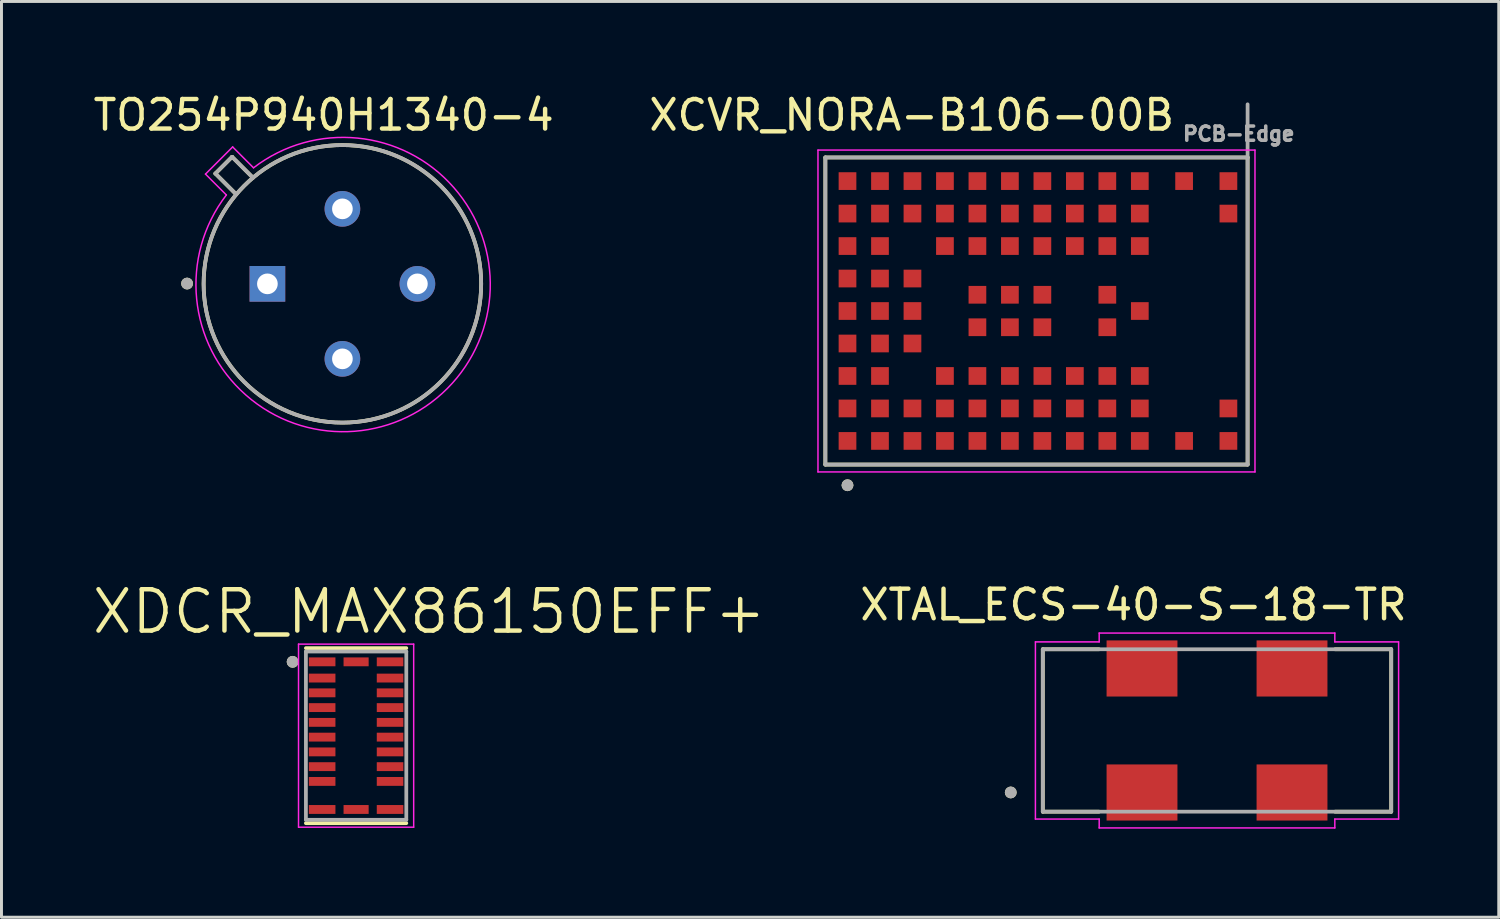
<source format=kicad_pcb>
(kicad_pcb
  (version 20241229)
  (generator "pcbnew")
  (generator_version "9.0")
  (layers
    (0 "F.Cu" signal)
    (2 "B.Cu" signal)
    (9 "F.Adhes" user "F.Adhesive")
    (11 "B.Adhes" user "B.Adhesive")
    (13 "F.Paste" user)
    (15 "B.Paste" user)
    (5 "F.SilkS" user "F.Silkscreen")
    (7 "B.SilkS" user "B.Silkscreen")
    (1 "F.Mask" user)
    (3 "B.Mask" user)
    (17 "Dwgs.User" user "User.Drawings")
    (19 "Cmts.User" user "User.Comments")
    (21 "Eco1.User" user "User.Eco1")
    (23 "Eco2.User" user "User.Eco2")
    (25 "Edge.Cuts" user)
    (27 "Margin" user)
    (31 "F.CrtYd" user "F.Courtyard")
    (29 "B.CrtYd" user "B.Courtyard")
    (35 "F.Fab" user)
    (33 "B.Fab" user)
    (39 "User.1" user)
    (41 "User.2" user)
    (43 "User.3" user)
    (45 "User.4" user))
  (footprint "XCVR_NORA-B106-00B"
    (layer "F.Cu")
    (at 31.152 7.483)
    (property "Reference" "XCVR_NORA-B106-00B" (at -3.325 -6.635 0) (layer "F.SilkS") (effects (font (size 1 1) (thickness 0.15))))
    (attr through_hole)
    (fp_line (start -6.25 -5.2) (end 8.05 -5.2) (stroke (width 0.127) (type solid)) (layer "F.SilkS"))
    (fp_line (start -6.25 5.2) (end -6.25 -5.2) (stroke (width 0.127) (type solid)) (layer "F.SilkS"))
    (fp_line (start 8.05 -5.2) (end 8.05 5.2) (stroke (width 0.127) (type solid)) (layer "F.SilkS"))
    (fp_line (start 8.05 5.2) (end -6.25 5.2) (stroke (width 0.127) (type solid)) (layer "F.SilkS"))
    (fp_circle (center -5.5 5.9) (end -5.4 5.9) (stroke (width 0.2) (type solid)) (fill no) (layer "F.SilkS"))
    (fp_line (start -6.5 -5.45) (end -6.5 5.45) (stroke (width 0.05) (type solid)) (layer "F.CrtYd"))
    (fp_line (start -6.5 5.45) (end 8.3 5.45) (stroke (width 0.05) (type solid)) (layer "F.CrtYd"))
    (fp_line (start 8.3 -5.45) (end -6.5 -5.45) (stroke (width 0.05) (type solid)) (layer "F.CrtYd"))
    (fp_line (start 8.3 5.45) (end 8.3 -5.45) (stroke (width 0.05) (type solid)) (layer "F.CrtYd"))
    (fp_line (start -6.25 -5.2) (end 8.05 -5.2) (stroke (width 0.127) (type solid)) (layer "F.Fab"))
    (fp_line (start -6.25 5.2) (end -6.25 -5.2) (stroke (width 0.127) (type solid)) (layer "F.Fab"))
    (fp_line (start 8.05 -7) (end 8.05 -5.2) (stroke (width 0.127) (type solid)) (layer "F.Fab"))
    (fp_line (start 8.05 -5.2) (end 8.05 5.2) (stroke (width 0.127) (type solid)) (layer "F.Fab"))
    (fp_line (start 8.05 5.2) (end -6.25 5.2) (stroke (width 0.127) (type solid)) (layer "F.Fab"))
    (fp_circle (center -5.5 5.9) (end -5.4 5.9) (stroke (width 0.2) (type solid)) (fill no) (layer "F.Fab"))
    (fp_text user "PCB-Edge" (at 7.75 -6 0) (layer "F.Fab") (effects (font (size 0.48 0.48) (thickness 0.15))))
    (pad "A1" smd rect (at -5.5 4.4) (size 0.6 0.6) (layers "F.Cu" "F.Mask" "F.Paste"))
    (pad "A2" smd rect (at -5.5 3.3) (size 0.6 0.6) (layers "F.Cu" "F.Mask" "F.Paste"))
    (pad "A3" smd rect (at -5.5 2.2) (size 0.6 0.6) (layers "F.Cu" "F.Mask" "F.Paste"))
    (pad "A4" smd rect (at -5.5 1.1) (size 0.6 0.6) (layers "F.Cu" "F.Mask" "F.Paste"))
    (pad "A5" smd rect (at -5.5 0) (size 0.6 0.6) (layers "F.Cu" "F.Mask" "F.Paste"))
    (pad "A6" smd rect (at -5.5 -1.1) (size 0.6 0.6) (layers "F.Cu" "F.Mask" "F.Paste"))
    (pad "A7" smd rect (at -5.5 -2.2) (size 0.6 0.6) (layers "F.Cu" "F.Mask" "F.Paste"))
    (pad "A8" smd rect (at -5.5 -3.3) (size 0.6 0.6) (layers "F.Cu" "F.Mask" "F.Paste"))
    (pad "A9" smd rect (at -5.5 -4.4) (size 0.6 0.6) (layers "F.Cu" "F.Mask" "F.Paste"))
    (pad "B1" smd rect (at -4.4 4.4) (size 0.6 0.6) (layers "F.Cu" "F.Mask" "F.Paste"))
    (pad "B2" smd rect (at -4.4 3.3) (size 0.6 0.6) (layers "F.Cu" "F.Mask" "F.Paste"))
    (pad "B3" smd rect (at -4.4 2.2) (size 0.6 0.6) (layers "F.Cu" "F.Mask" "F.Paste"))
    (pad "B4" smd rect (at -4.4 1.1) (size 0.6 0.6) (layers "F.Cu" "F.Mask" "F.Paste"))
    (pad "B5" smd rect (at -4.4 0) (size 0.6 0.6) (layers "F.Cu" "F.Mask" "F.Paste"))
    (pad "B6" smd rect (at -4.4 -1.1) (size 0.6 0.6) (layers "F.Cu" "F.Mask" "F.Paste"))
    (pad "B7" smd rect (at -4.4 -2.2) (size 0.6 0.6) (layers "F.Cu" "F.Mask" "F.Paste"))
    (pad "B8" smd rect (at -4.4 -3.3) (size 0.6 0.6) (layers "F.Cu" "F.Mask" "F.Paste"))
    (pad "B9" smd rect (at -4.4 -4.4) (size 0.6 0.6) (layers "F.Cu" "F.Mask" "F.Paste"))
    (pad "C1" smd rect (at -3.3 4.4) (size 0.6 0.6) (layers "F.Cu" "F.Mask" "F.Paste"))
    (pad "C2" smd rect (at -3.3 3.3) (size 0.6 0.6) (layers "F.Cu" "F.Mask" "F.Paste"))
    (pad "C4" smd rect (at -3.3 1.1) (size 0.6 0.6) (layers "F.Cu" "F.Mask" "F.Paste"))
    (pad "C5" smd rect (at -3.3 0) (size 0.6 0.6) (layers "F.Cu" "F.Mask" "F.Paste"))
    (pad "C6" smd rect (at -3.3 -1.1) (size 0.6 0.6) (layers "F.Cu" "F.Mask" "F.Paste"))
    (pad "C8" smd rect (at -3.3 -3.3) (size 0.6 0.6) (layers "F.Cu" "F.Mask" "F.Paste"))
    (pad "C9" smd rect (at -3.3 -4.4) (size 0.6 0.6) (layers "F.Cu" "F.Mask" "F.Paste"))
    (pad "D1" smd rect (at -2.2 4.4) (size 0.6 0.6) (layers "F.Cu" "F.Mask" "F.Paste"))
    (pad "D2" smd rect (at -2.2 3.3) (size 0.6 0.6) (layers "F.Cu" "F.Mask" "F.Paste"))
    (pad "D3" smd rect (at -2.2 2.2) (size 0.6 0.6) (layers "F.Cu" "F.Mask" "F.Paste"))
    (pad "D7" smd rect (at -2.2 -2.2) (size 0.6 0.6) (layers "F.Cu" "F.Mask" "F.Paste"))
    (pad "D8" smd rect (at -2.2 -3.3) (size 0.6 0.6) (layers "F.Cu" "F.Mask" "F.Paste"))
    (pad "D9" smd rect (at -2.2 -4.4) (size 0.6 0.6) (layers "F.Cu" "F.Mask" "F.Paste"))
    (pad "E1" smd rect (at -1.1 4.4) (size 0.6 0.6) (layers "F.Cu" "F.Mask" "F.Paste"))
    (pad "E2" smd rect (at -1.1 3.3) (size 0.6 0.6) (layers "F.Cu" "F.Mask" "F.Paste"))
    (pad "E3" smd rect (at -1.1 2.2) (size 0.6 0.6) (layers "F.Cu" "F.Mask" "F.Paste"))
    (pad "E4" smd rect (at -1.1 0.55) (size 0.6 0.6) (layers "F.Cu" "F.Mask" "F.Paste"))
    (pad "E5" smd rect (at -1.1 -0.55) (size 0.6 0.6) (layers "F.Cu" "F.Mask" "F.Paste"))
    (pad "E7" smd rect (at -1.1 -2.2) (size 0.6 0.6) (layers "F.Cu" "F.Mask" "F.Paste"))
    (pad "E8" smd rect (at -1.1 -3.3) (size 0.6 0.6) (layers "F.Cu" "F.Mask" "F.Paste"))
    (pad "E9" smd rect (at -1.1 -4.4) (size 0.6 0.6) (layers "F.Cu" "F.Mask" "F.Paste"))
    (pad "F1" smd rect (at 0 4.4) (size 0.6 0.6) (layers "F.Cu" "F.Mask" "F.Paste"))
    (pad "F2" smd rect (at 0 3.3) (size 0.6 0.6) (layers "F.Cu" "F.Mask" "F.Paste"))
    (pad "F3" smd rect (at 0 2.2) (size 0.6 0.6) (layers "F.Cu" "F.Mask" "F.Paste"))
    (pad "F4" smd rect (at 0 0.55) (size 0.6 0.6) (layers "F.Cu" "F.Mask" "F.Paste"))
    (pad "F5" smd rect (at 0 -0.55) (size 0.6 0.6) (layers "F.Cu" "F.Mask" "F.Paste"))
    (pad "F7" smd rect (at 0 -2.2) (size 0.6 0.6) (layers "F.Cu" "F.Mask" "F.Paste"))
    (pad "F8" smd rect (at 0 -3.3) (size 0.6 0.6) (layers "F.Cu" "F.Mask" "F.Paste"))
    (pad "F9" smd rect (at 0 -4.4) (size 0.6 0.6) (layers "F.Cu" "F.Mask" "F.Paste"))
    (pad "G1" smd rect (at 1.1 4.4) (size 0.6 0.6) (layers "F.Cu" "F.Mask" "F.Paste"))
    (pad "G2" smd rect (at 1.1 3.3) (size 0.6 0.6) (layers "F.Cu" "F.Mask" "F.Paste"))
    (pad "G3" smd rect (at 1.1 2.2) (size 0.6 0.6) (layers "F.Cu" "F.Mask" "F.Paste"))
    (pad "G4" smd rect (at 1.1 0.55) (size 0.6 0.6) (layers "F.Cu" "F.Mask" "F.Paste"))
    (pad "G5" smd rect (at 1.1 -0.55) (size 0.6 0.6) (layers "F.Cu" "F.Mask" "F.Paste"))
    (pad "G7" smd rect (at 1.1 -2.2) (size 0.6 0.6) (layers "F.Cu" "F.Mask" "F.Paste"))
    (pad "G8" smd rect (at 1.1 -3.3) (size 0.6 0.6) (layers "F.Cu" "F.Mask" "F.Paste"))
    (pad "G9" smd rect (at 1.1 -4.4) (size 0.6 0.6) (layers "F.Cu" "F.Mask" "F.Paste"))
    (pad "H1" smd rect (at 2.2 4.4) (size 0.6 0.6) (layers "F.Cu" "F.Mask" "F.Paste"))
    (pad "H2" smd rect (at 2.2 3.3) (size 0.6 0.6) (layers "F.Cu" "F.Mask" "F.Paste"))
    (pad "H3" smd rect (at 2.2 2.2) (size 0.6 0.6) (layers "F.Cu" "F.Mask" "F.Paste"))
    (pad "H7" smd rect (at 2.2 -2.2) (size 0.6 0.6) (layers "F.Cu" "F.Mask" "F.Paste"))
    (pad "H8" smd rect (at 2.2 -3.3) (size 0.6 0.6) (layers "F.Cu" "F.Mask" "F.Paste"))
    (pad "H9" smd rect (at 2.2 -4.4) (size 0.6 0.6) (layers "F.Cu" "F.Mask" "F.Paste"))
    (pad "J1" smd rect (at 3.3 4.4) (size 0.6 0.6) (layers "F.Cu" "F.Mask" "F.Paste"))
    (pad "J2" smd rect (at 3.3 3.3) (size 0.6 0.6) (layers "F.Cu" "F.Mask" "F.Paste"))
    (pad "J3" smd rect (at 3.3 2.2) (size 0.6 0.6) (layers "F.Cu" "F.Mask" "F.Paste"))
    (pad "J4" smd rect (at 3.3 0.55) (size 0.6 0.6) (layers "F.Cu" "F.Mask" "F.Paste"))
    (pad "J5" smd rect (at 3.3 -0.55) (size 0.6 0.6) (layers "F.Cu" "F.Mask" "F.Paste"))
    (pad "J7" smd rect (at 3.3 -2.2) (size 0.6 0.6) (layers "F.Cu" "F.Mask" "F.Paste"))
    (pad "J8" smd rect (at 3.3 -3.3) (size 0.6 0.6) (layers "F.Cu" "F.Mask" "F.Paste"))
    (pad "J9" smd rect (at 3.3 -4.4) (size 0.6 0.6) (layers "F.Cu" "F.Mask" "F.Paste"))
    (pad "K1" smd rect (at 4.4 4.4) (size 0.6 0.6) (layers "F.Cu" "F.Mask" "F.Paste"))
    (pad "K2" smd rect (at 4.4 3.3) (size 0.6 0.6) (layers "F.Cu" "F.Mask" "F.Paste"))
    (pad "K3" smd rect (at 4.4 2.2) (size 0.6 0.6) (layers "F.Cu" "F.Mask" "F.Paste"))
    (pad "K5" smd rect (at 4.4 0) (size 0.6 0.6) (layers "F.Cu" "F.Mask" "F.Paste"))
    (pad "K7" smd rect (at 4.4 -2.2) (size 0.6 0.6) (layers "F.Cu" "F.Mask" "F.Paste"))
    (pad "K8" smd rect (at 4.4 -3.3) (size 0.6 0.6) (layers "F.Cu" "F.Mask" "F.Paste"))
    (pad "K9" smd rect (at 4.4 -4.4) (size 0.6 0.6) (layers "F.Cu" "F.Mask" "F.Paste"))
    (pad "L1" smd rect (at 5.9 4.4) (size 0.6 0.6) (layers "F.Cu" "F.Mask" "F.Paste"))
    (pad "L9" smd rect (at 5.9 -4.4) (size 0.6 0.6) (layers "F.Cu" "F.Mask" "F.Paste"))
    (pad "M1" smd rect (at 7.4 4.4) (size 0.6 0.6) (layers "F.Cu" "F.Mask" "F.Paste"))
    (pad "M2" smd rect (at 7.4 3.3) (size 0.6 0.6) (layers "F.Cu" "F.Mask" "F.Paste"))
    (pad "M8" smd rect (at 7.4 -3.3) (size 0.6 0.6) (layers "F.Cu" "F.Mask" "F.Paste"))
    (pad "M9" smd rect (at 7.4 -4.4) (size 0.6 0.6) (layers "F.Cu" "F.Mask" "F.Paste"))
    (zone (net_name "") (layer "F.Cu") (hatch full 0.508) (connect_pads) (min_thickness 0.01) (filled_areas_thickness no) (keepout (tracks not_allowed) (vias not_allowed) (pads not_allowed) (copperpour not_allowed) (footprints allowed)) (placement (enabled no)) (fill) (polygon (pts (xy 35.852 3.383) (xy 35.852 11.583) (xy 38.252 11.583) (xy 38.252 10.483) (xy 39.052 10.483) (xy 39.052 12.683) (xy 39.202 12.683) (xy 39.202 2.283) (xy 39.052 2.283) (xy 39.052 4.483) (xy 38.252 4.483) (xy 38.252 3.383))))
    (zone (net_name "") (layers "F.Cu" "B.Cu") (hatch full 0.508) (connect_pads) (min_thickness 0.01) (filled_areas_thickness no) (keepout (tracks allowed) (vias not_allowed) (pads allowed) (copperpour allowed) (footprints allowed)) (placement (enabled no)) (fill) (polygon (pts (xy 35.852 3.383) (xy 35.852 11.583) (xy 38.252 11.583) (xy 38.252 10.483) (xy 39.052 10.483) (xy 39.052 12.683) (xy 39.202 12.683) (xy 39.202 2.283) (xy 39.052 2.283) (xy 39.052 4.483) (xy 38.252 4.483) (xy 38.252 3.383))))
    (zone (net_name "") (layer "B.Cu") (hatch full 0.508) (connect_pads) (min_thickness 0.01) (filled_areas_thickness no) (keepout (tracks not_allowed) (vias not_allowed) (pads not_allowed) (copperpour not_allowed) (footprints allowed)) (placement (enabled no)) (fill) (polygon (pts (xy 35.852 3.383) (xy 35.852 11.583) (xy 38.252 11.583) (xy 38.252 10.483) (xy 39.052 10.483) (xy 39.052 12.683) (xy 39.202 12.683) (xy 39.202 2.283) (xy 39.052 2.283) (xy 39.052 4.483) (xy 38.252 4.483) (xy 38.252 3.383)))))
  (footprint "XDCR_MAX86150EFF+"
    (layer "F.Cu")
    (at 9.01 21.864)
    (property "Reference" "XDCR_MAX86150EFF+" (at 2.475 -4.199 0) (layer "F.SilkS") (effects (font (size 1.4 1.4) (thickness 0.15))))
    (attr through_hole)
    (fp_line (start -1.7 -2.964) (end 1.7 -2.964) (stroke (width 0.127) (type solid)) (layer "F.SilkS"))
    (fp_line (start 1.7 2.964) (end -1.7 2.964) (stroke (width 0.127) (type solid)) (layer "F.SilkS"))
    (fp_circle (center -2.15 -2.5) (end -2.05 -2.5) (stroke (width 0.2) (type solid)) (fill no) (layer "F.SilkS"))
    (fp_line (start -1.95 -3.1) (end -1.95 3.1) (stroke (width 0.05) (type solid)) (layer "F.CrtYd"))
    (fp_line (start -1.95 -3.1) (end 1.95 -3.1) (stroke (width 0.05) (type solid)) (layer "F.CrtYd"))
    (fp_line (start 1.95 3.1) (end -1.95 3.1) (stroke (width 0.05) (type solid)) (layer "F.CrtYd"))
    (fp_line (start 1.95 3.1) (end 1.95 -3.1) (stroke (width 0.05) (type solid)) (layer "F.CrtYd"))
    (fp_line (start -1.7 -2.85) (end -1.7 2.85) (stroke (width 0.127) (type solid)) (layer "F.Fab"))
    (fp_line (start -1.7 -2.85) (end 1.7 -2.85) (stroke (width 0.127) (type solid)) (layer "F.Fab"))
    (fp_line (start 1.7 2.85) (end -1.7 2.85) (stroke (width 0.127) (type solid)) (layer "F.Fab"))
    (fp_line (start 1.7 2.85) (end 1.7 -2.85) (stroke (width 0.127) (type solid)) (layer "F.Fab"))
    (fp_circle (center -2.15 -2.5) (end -2.05 -2.5) (stroke (width 0.2) (type solid)) (fill no) (layer "F.Fab"))
    (pad "1" smd rect (at -1.15 -2.5) (size 0.9 0.3) (layers "F.Cu" "F.Mask" "F.Paste"))
    (pad "2" smd rect (at -1.15 -1.95) (size 0.9 0.3) (layers "F.Cu" "F.Mask" "F.Paste"))
    (pad "3" smd rect (at -1.15 -1.45) (size 0.9 0.3) (layers "F.Cu" "F.Mask" "F.Paste"))
    (pad "4" smd rect (at -1.15 -0.95) (size 0.9 0.3) (layers "F.Cu" "F.Mask" "F.Paste"))
    (pad "5" smd rect (at -1.15 -0.45) (size 0.9 0.3) (layers "F.Cu" "F.Mask" "F.Paste"))
    (pad "6" smd rect (at -1.15 0.05) (size 0.9 0.3) (layers "F.Cu" "F.Mask" "F.Paste"))
    (pad "7" smd rect (at -1.15 0.55) (size 0.9 0.3) (layers "F.Cu" "F.Mask" "F.Paste"))
    (pad "8" smd rect (at -1.15 1.05) (size 0.9 0.3) (layers "F.Cu" "F.Mask" "F.Paste"))
    (pad "9" smd rect (at -1.15 1.55) (size 0.9 0.3) (layers "F.Cu" "F.Mask" "F.Paste"))
    (pad "10" smd rect (at -1.15 2.5) (size 0.9 0.3) (layers "F.Cu" "F.Mask" "F.Paste"))
    (pad "11" smd rect (at 0 2.5) (size 0.85 0.3) (layers "F.Cu" "F.Mask" "F.Paste"))
    (pad "12" smd rect (at 1.15 2.5 180) (size 0.9 0.3) (layers "F.Cu" "F.Mask" "F.Paste"))
    (pad "13" smd rect (at 1.15 1.55 180) (size 0.9 0.3) (layers "F.Cu" "F.Mask" "F.Paste"))
    (pad "14" smd rect (at 1.15 1.05 180) (size 0.9 0.3) (layers "F.Cu" "F.Mask" "F.Paste"))
    (pad "15" smd rect (at 1.15 0.55 180) (size 0.9 0.3) (layers "F.Cu" "F.Mask" "F.Paste"))
    (pad "16" smd rect (at 1.15 0.05 180) (size 0.9 0.3) (layers "F.Cu" "F.Mask" "F.Paste"))
    (pad "17" smd rect (at 1.15 -0.45 180) (size 0.9 0.3) (layers "F.Cu" "F.Mask" "F.Paste"))
    (pad "18" smd rect (at 1.15 -0.95 180) (size 0.9 0.3) (layers "F.Cu" "F.Mask" "F.Paste"))
    (pad "19" smd rect (at 1.15 -1.45 180) (size 0.9 0.3) (layers "F.Cu" "F.Mask" "F.Paste"))
    (pad "20" smd rect (at 1.15 -1.95 180) (size 0.9 0.3) (layers "F.Cu" "F.Mask" "F.Paste"))
    (pad "21" smd rect (at 1.15 -2.5 180) (size 0.9 0.3) (layers "F.Cu" "F.Mask" "F.Paste"))
    (pad "22" smd rect (at 0 -2.5) (size 0.85 0.3) (layers "F.Cu" "F.Mask" "F.Paste")))
  (footprint "XTAL_ECS-40-S-18-TR"
    (layer "F.Cu")
    (at 38.166 21.689)
    (property "Reference" "XTAL_ECS-40-S-18-TR" (at -2.827 -4.257 0) (layer "F.SilkS") (effects (font (size 1.001 1.001) (thickness 0.15))))
    (attr through_hole)
    (fp_line (start -5.9 -2.75) (end -5.9 2.75) (stroke (width 0.127) (type solid)) (layer "F.SilkS"))
    (fp_line (start -5.9 2.75) (end -4 2.75) (stroke (width 0.127) (type solid)) (layer "F.SilkS"))
    (fp_line (start -4 -2.75) (end -5.9 -2.75) (stroke (width 0.127) (type solid)) (layer "F.SilkS"))
    (fp_line (start 4 -2.75) (end 5.9 -2.75) (stroke (width 0.127) (type solid)) (layer "F.SilkS"))
    (fp_line (start 5.9 -2.75) (end 5.9 2.75) (stroke (width 0.127) (type solid)) (layer "F.SilkS"))
    (fp_line (start 5.9 2.75) (end 4 2.75) (stroke (width 0.127) (type solid)) (layer "F.SilkS"))
    (fp_circle (center -6.985 2.099) (end -6.885 2.099) (stroke (width 0.2) (type solid)) (fill no) (layer "F.SilkS"))
    (fp_line (start -6.15 -3) (end -3.99 -3) (stroke (width 0.05) (type solid)) (layer "F.CrtYd"))
    (fp_line (start -6.15 3) (end -6.15 -3) (stroke (width 0.05) (type solid)) (layer "F.CrtYd"))
    (fp_line (start -3.99 -3.3) (end 3.99 -3.3) (stroke (width 0.05) (type solid)) (layer "F.CrtYd"))
    (fp_line (start -3.99 -3) (end -3.99 -3.3) (stroke (width 0.05) (type solid)) (layer "F.CrtYd"))
    (fp_line (start -3.99 3) (end -6.15 3) (stroke (width 0.05) (type solid)) (layer "F.CrtYd"))
    (fp_line (start -3.99 3.3) (end -3.99 3) (stroke (width 0.05) (type solid)) (layer "F.CrtYd"))
    (fp_line (start 3.99 -3.3) (end 3.99 -3) (stroke (width 0.05) (type solid)) (layer "F.CrtYd"))
    (fp_line (start 3.99 -3) (end 6.15 -3) (stroke (width 0.05) (type solid)) (layer "F.CrtYd"))
    (fp_line (start 3.99 3) (end 3.99 3.3) (stroke (width 0.05) (type solid)) (layer "F.CrtYd"))
    (fp_line (start 3.99 3.3) (end -3.99 3.3) (stroke (width 0.05) (type solid)) (layer "F.CrtYd"))
    (fp_line (start 6.15 -3) (end 6.15 3) (stroke (width 0.05) (type solid)) (layer "F.CrtYd"))
    (fp_line (start 6.15 3) (end 3.99 3) (stroke (width 0.05) (type solid)) (layer "F.CrtYd"))
    (fp_line (start -5.9 -2.75) (end 5.9 -2.75) (stroke (width 0.127) (type solid)) (layer "F.Fab"))
    (fp_line (start -5.9 2.75) (end -5.9 -2.75) (stroke (width 0.127) (type solid)) (layer "F.Fab"))
    (fp_line (start 5.9 -2.75) (end 5.9 2.75) (stroke (width 0.127) (type solid)) (layer "F.Fab"))
    (fp_line (start 5.9 2.75) (end -5.9 2.75) (stroke (width 0.127) (type solid)) (layer "F.Fab"))
    (fp_circle (center -6.985 2.099) (end -6.885 2.099) (stroke (width 0.2) (type solid)) (fill no) (layer "F.Fab"))
    (pad "1" smd rect (at -2.54 2.1) (size 2.4 1.9) (layers "F.Cu" "F.Mask" "F.Paste"))
    (pad "2" smd rect (at 2.54 2.1) (size 2.4 1.9) (layers "F.Cu" "F.Mask" "F.Paste"))
    (pad "3" smd rect (at 2.54 -2.1) (size 2.4 1.9) (layers "F.Cu" "F.Mask" "F.Paste"))
    (pad "4" smd rect (at -2.54 -2.1) (size 2.4 1.9) (layers "F.Cu" "F.Mask" "F.Paste")))
  (footprint "TO254P940H1340-4"
    (layer "F.Cu")
    (at 8.546 6.563)
    (property "Reference" "TO254P940H1340-4" (at -0.635 -5.715 0) (layer "F.SilkS") (effects (font (size 1 1) (thickness 0.15))))
    (attr through_hole)
    (fp_line (start -4.301 -3.736) (end -3.736 -4.301) (stroke (width 0.127) (type solid)) (layer "F.SilkS"))
    (fp_line (start -4.301 -3.736) (end -3.594 -3.029) (stroke (width 0.127) (type solid)) (layer "F.SilkS"))
    (fp_line (start -3.029 -3.594) (end -3.736 -4.301) (stroke (width 0.127) (type solid)) (layer "F.SilkS"))
    (fp_circle (center -5.26 -0.01) (end -5.16 -0.01) (stroke (width 0.2) (type solid)) (fill no) (layer "F.SilkS"))
    (fp_circle (center 0 0) (end 4.7 0) (stroke (width 0.127) (type solid)) (fill no) (layer "F.SilkS"))
    (fp_line (start -4.637 -3.717) (end -3.717 -4.637) (stroke (width 0.05) (type solid)) (layer "F.CrtYd"))
    (fp_line (start -3.929 -3.01) (end -4.637 -3.717) (stroke (width 0.05) (type solid)) (layer "F.CrtYd"))
    (fp_line (start -3.717 -4.637) (end -3.01 -3.929) (stroke (width 0.05) (type solid)) (layer "F.CrtYd"))
    (fp_arc (start -3.01 -3.93) (mid 3.548244 3.548244) (end -3.93 -3.01) (stroke (width 0.05) (type solid)) (layer "F.CrtYd"))
    (fp_line (start -4.301 -3.736) (end -3.736 -4.301) (stroke (width 0.127) (type solid)) (layer "F.Fab"))
    (fp_line (start -4.301 -3.736) (end -3.594 -3.029) (stroke (width 0.127) (type solid)) (layer "F.Fab"))
    (fp_line (start -3.029 -3.594) (end -3.736 -4.301) (stroke (width 0.127) (type solid)) (layer "F.Fab"))
    (fp_circle (center -5.26 -0.01) (end -5.16 -0.01) (stroke (width 0.2) (type solid)) (fill no) (layer "F.Fab"))
    (fp_circle (center 0 0) (end 4.7 0) (stroke (width 0.127) (type solid)) (fill no) (layer "F.Fab"))
    (pad "1" thru_hole rect (at -2.54 0) (size 1.208 1.208) (drill 0.7) (layers "*.Cu" "*.Mask"))
    (pad "2" thru_hole circle (at 0 2.54) (size 1.208 1.208) (drill 0.7) (layers "*.Cu" "*.Mask"))
    (pad "3" thru_hole circle (at 2.54 0) (size 1.208 1.208) (drill 0.7) (layers "*.Cu" "*.Mask"))
    (pad "4" thru_hole circle (at 0 -2.54) (size 1.208 1.208) (drill 0.7) (layers "*.Cu" "*.Mask")))
  (gr_rect
    (start -3 -3)
    (end 47.708 28.014)
    (stroke (width 0.1) (type default))
    (fill no)
    (layer "Edge.Cuts")))
</source>
